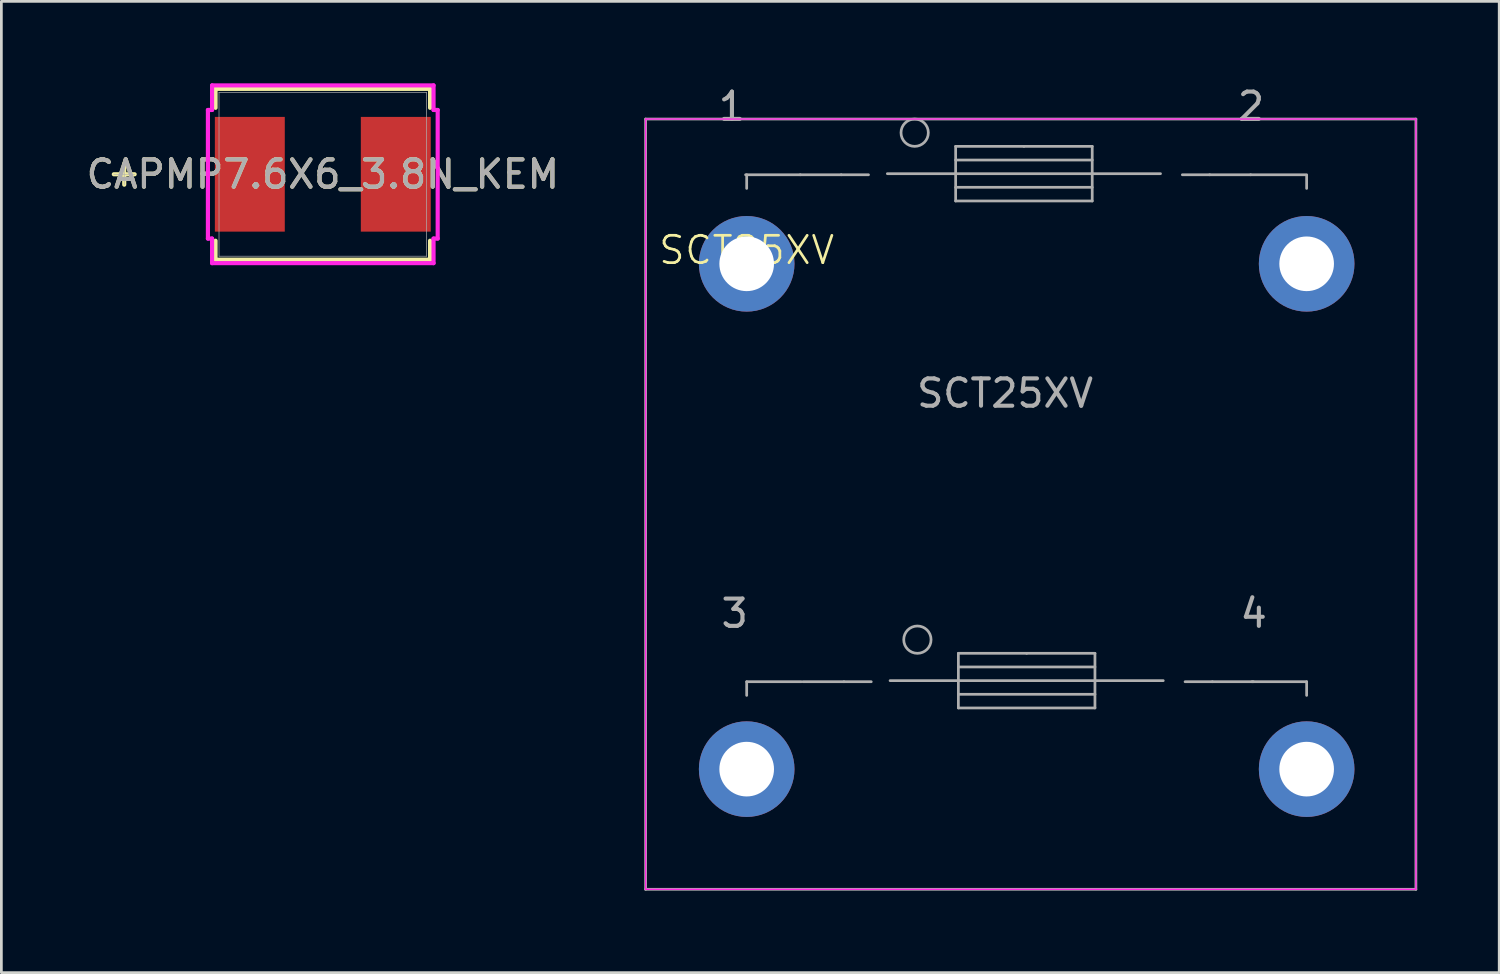
<source format=kicad_pcb>
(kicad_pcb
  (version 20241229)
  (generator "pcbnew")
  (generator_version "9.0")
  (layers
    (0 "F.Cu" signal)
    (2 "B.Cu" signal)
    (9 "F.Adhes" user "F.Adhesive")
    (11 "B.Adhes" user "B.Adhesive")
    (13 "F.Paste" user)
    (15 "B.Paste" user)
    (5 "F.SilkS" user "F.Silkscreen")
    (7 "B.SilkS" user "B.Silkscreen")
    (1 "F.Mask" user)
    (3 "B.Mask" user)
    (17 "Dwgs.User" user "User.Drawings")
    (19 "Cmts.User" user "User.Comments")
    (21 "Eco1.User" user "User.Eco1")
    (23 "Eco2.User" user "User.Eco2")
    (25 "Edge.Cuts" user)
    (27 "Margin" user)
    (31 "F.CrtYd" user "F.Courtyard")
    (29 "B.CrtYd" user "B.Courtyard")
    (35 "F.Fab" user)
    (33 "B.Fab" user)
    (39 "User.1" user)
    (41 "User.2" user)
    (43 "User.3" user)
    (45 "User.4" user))
  (footprint "SCT25XV"
    (layer "F.Cu")
    (at 24.286 6.608)
    (property "Reference" "SCT25XV" (at 0 -0.5 0) (unlocked yes) (layer "F.SilkS") (effects (font (size 1 1) (thickness 0.1))))
    (attr through_hole)
    (fp_line (start -3.7 -5.3) (end 24.5 -5.3) (stroke (width 0.05) (type solid)) (layer "F.CrtYd"))
    (fp_line (start -3.7 22.9) (end -3.7 -5.3) (stroke (width 0.05) (type solid)) (layer "F.CrtYd"))
    (fp_line (start -3.7 22.9) (end 24.5 22.9) (stroke (width 0.05) (type solid)) (layer "F.CrtYd"))
    (fp_line (start 24.5 22.9) (end 24.5 -5.3) (stroke (width 0.05) (type solid)) (layer "F.CrtYd"))
    (fp_line (start -3.7 22.9) (end -3.7 -5.3) (stroke (width 0.1) (type solid)) (layer "F.Fab"))
    (fp_line (start 0 -3.26) (end 0 -2.76) (stroke (width 0.1) (type solid)) (layer "F.Fab"))
    (fp_line (start 0 15.3) (end 0 15.8) (stroke (width 0.1) (type solid)) (layer "F.Fab"))
    (fp_line (start 1.96 -3.26) (end -0.04 -3.26) (stroke (width 0.1) (type solid)) (layer "F.Fab"))
    (fp_line (start 2 15.3) (end 0 15.3) (stroke (width 0.1) (type solid)) (layer "F.Fab"))
    (fp_line (start 3.46 -3.26) (end 1.96 -3.26) (stroke (width 0.1) (type solid)) (layer "F.Fab"))
    (fp_line (start 3.56 15.3) (end 2.06 15.3) (stroke (width 0.1) (type solid)) (layer "F.Fab"))
    (fp_line (start 4.46 -3.26) (end 3.46 -3.26) (stroke (width 0.1) (type solid)) (layer "F.Fab"))
    (fp_line (start 4.56 15.3) (end 3.56 15.3) (stroke (width 0.1) (type solid)) (layer "F.Fab"))
    (fp_line (start 7.65 -4.3) (end 10.15 -4.3) (stroke (width 0.1) (type solid)) (layer "F.Fab"))
    (fp_line (start 7.65 -3.3) (end 5.15 -3.3) (stroke (width 0.1) (type solid)) (layer "F.Fab"))
    (fp_line (start 7.65 -3.3) (end 12.65 -3.3) (stroke (width 0.1) (type solid)) (layer "F.Fab"))
    (fp_line (start 7.65 -2.8) (end 12.65 -2.8) (stroke (width 0.1) (type solid)) (layer "F.Fab"))
    (fp_line (start 7.65 -2.3) (end 7.65 -4.3) (stroke (width 0.1) (type solid)) (layer "F.Fab"))
    (fp_line (start 7.75 14.26) (end 10.25 14.26) (stroke (width 0.1) (type solid)) (layer "F.Fab"))
    (fp_line (start 7.75 15.26) (end 5.25 15.26) (stroke (width 0.1) (type solid)) (layer "F.Fab"))
    (fp_line (start 7.75 15.26) (end 12.75 15.26) (stroke (width 0.1) (type solid)) (layer "F.Fab"))
    (fp_line (start 7.75 15.76) (end 12.75 15.76) (stroke (width 0.1) (type solid)) (layer "F.Fab"))
    (fp_line (start 7.75 16.26) (end 7.75 14.26) (stroke (width 0.1) (type solid)) (layer "F.Fab"))
    (fp_line (start 10.15 -4.3) (end 12.65 -4.3) (stroke (width 0.1) (type solid)) (layer "F.Fab"))
    (fp_line (start 10.25 14.26) (end 12.75 14.26) (stroke (width 0.1) (type solid)) (layer "F.Fab"))
    (fp_line (start 12.65 -4.3) (end 12.65 -2.3) (stroke (width 0.1) (type solid)) (layer "F.Fab"))
    (fp_line (start 12.65 -3.8) (end 7.65 -3.8) (stroke (width 0.1) (type solid)) (layer "F.Fab"))
    (fp_line (start 12.65 -3.3) (end 15.15 -3.3) (stroke (width 0.1) (type solid)) (layer "F.Fab"))
    (fp_line (start 12.65 -2.3) (end 7.65 -2.3) (stroke (width 0.1) (type solid)) (layer "F.Fab"))
    (fp_line (start 12.75 14.26) (end 12.75 16.26) (stroke (width 0.1) (type solid)) (layer "F.Fab"))
    (fp_line (start 12.75 14.76) (end 7.75 14.76) (stroke (width 0.1) (type solid)) (layer "F.Fab"))
    (fp_line (start 12.75 15.26) (end 15.25 15.26) (stroke (width 0.1) (type solid)) (layer "F.Fab"))
    (fp_line (start 12.75 16.26) (end 7.75 16.26) (stroke (width 0.1) (type solid)) (layer "F.Fab"))
    (fp_line (start 15.95 -3.26) (end 16.95 -3.26) (stroke (width 0.1) (type solid)) (layer "F.Fab"))
    (fp_line (start 16.05 15.3) (end 17.05 15.3) (stroke (width 0.1) (type solid)) (layer "F.Fab"))
    (fp_line (start 16.95 -3.26) (end 18.45 -3.26) (stroke (width 0.1) (type solid)) (layer "F.Fab"))
    (fp_line (start 17.05 15.3) (end 18.55 15.3) (stroke (width 0.1) (type solid)) (layer "F.Fab"))
    (fp_line (start 18.45 -3.26) (end 20.45 -3.26) (stroke (width 0.1) (type solid)) (layer "F.Fab"))
    (fp_line (start 18.5 15.3) (end 20.5 15.3) (stroke (width 0.1) (type solid)) (layer "F.Fab"))
    (fp_line (start 20.5 -3.26) (end 20.5 -2.76) (stroke (width 0.1) (type solid)) (layer "F.Fab"))
    (fp_line (start 20.5 15.3) (end 20.5 15.8) (stroke (width 0.1) (type solid)) (layer "F.Fab"))
    (fp_line (start 24.5 -5.3) (end -3.7 -5.3) (stroke (width 0.1) (type solid)) (layer "F.Fab"))
    (fp_line (start 24.5 22.9) (end -3.7 22.9) (stroke (width 0.1) (type solid)) (layer "F.Fab"))
    (fp_line (start 24.5 22.9) (end 24.5 -5.3) (stroke (width 0.1) (type solid)) (layer "F.Fab"))
    (fp_circle (center 6.15 -4.8) (end 6.65 -4.8) (stroke (width 0.1) (type solid)) (fill no) (layer "F.Fab"))
    (fp_circle (center 6.25 13.76) (end 6.75 13.76) (stroke (width 0.1) (type solid)) (fill no) (layer "F.Fab"))
    (fp_text user "2" (at 18.46 -5.76 0) (layer "F.Fab") (effects (font (size 1 1) (thickness 0.15))))
    (fp_text user "3" (at -0.44 12.8 0) (layer "F.Fab") (effects (font (size 1 1) (thickness 0.15))))
    (fp_text user "${REFERENCE}" (at 9.46 4.74 0) (layer "F.Fab") (effects (font (size 1 1) (thickness 0.15))))
    (fp_text user "1" (at -0.54 -5.76 0) (layer "F.Fab") (effects (font (size 1 1) (thickness 0.15))))
    (fp_text user "4" (at 18.56 12.8 0) (layer "F.Fab") (effects (font (size 1 1) (thickness 0.15))))
    (pad "1" thru_hole circle (at 0 0) (size 3.5 3.5) (drill 2) (layers "*.Cu" "*.Mask"))
    (pad "2" thru_hole circle (at 20.5 0) (size 3.5 3.5) (drill 2) (layers "*.Cu" "*.Mask"))
    (pad "3" thru_hole circle (at 0 18.5) (size 3.5 3.5) (drill 2) (layers "*.Cu" "*.Mask"))
    (pad "4" thru_hole circle (at 20.5 18.5) (size 3.5 3.5) (drill 2) (layers "*.Cu" "*.Mask")))
  (footprint "CAPMP7.6X6_3.8N_KEM"
    (layer "F.Cu")
    (at 8.768 3.33)
    (property "Reference" "CAPMP7.6X6_3.8N_KEM" (at 0 0 0) (unlocked yes) (layer "F.SilkS") (effects (font (size 1 1) (thickness 0.15))))
    (attr smd)
    (fp_line (start -7.27 -0.381) (end -7.27 0.381) (stroke (width 0.152) (type solid)) (layer "F.SilkS"))
    (fp_line (start -6.889 0) (end -7.651 0) (stroke (width 0.152) (type solid)) (layer "F.SilkS"))
    (fp_line (start -3.927 -3.127) (end -3.927 -2.433) (stroke (width 0.152) (type solid)) (layer "F.SilkS"))
    (fp_line (start -3.927 2.433) (end -3.927 3.127) (stroke (width 0.152) (type solid)) (layer "F.SilkS"))
    (fp_line (start -3.927 3.127) (end 3.927 3.127) (stroke (width 0.152) (type solid)) (layer "F.SilkS"))
    (fp_line (start 3.927 -3.127) (end -3.927 -3.127) (stroke (width 0.152) (type solid)) (layer "F.SilkS"))
    (fp_line (start 3.927 -2.433) (end 3.927 -3.127) (stroke (width 0.152) (type solid)) (layer "F.SilkS"))
    (fp_line (start 3.927 3.127) (end 3.927 2.433) (stroke (width 0.152) (type solid)) (layer "F.SilkS"))
    (fp_line (start -4.206 -2.354) (end -4.054 -2.354) (stroke (width 0.152) (type solid)) (layer "F.CrtYd"))
    (fp_line (start -4.206 2.354) (end -4.206 -2.354) (stroke (width 0.152) (type solid)) (layer "F.CrtYd"))
    (fp_line (start -4.054 -3.254) (end 4.054 -3.254) (stroke (width 0.152) (type solid)) (layer "F.CrtYd"))
    (fp_line (start -4.054 -2.354) (end -4.054 -3.254) (stroke (width 0.152) (type solid)) (layer "F.CrtYd"))
    (fp_line (start -4.054 2.354) (end -4.206 2.354) (stroke (width 0.152) (type solid)) (layer "F.CrtYd"))
    (fp_line (start -4.054 3.254) (end -4.054 2.354) (stroke (width 0.152) (type solid)) (layer "F.CrtYd"))
    (fp_line (start 4.054 -3.254) (end 4.054 -2.354) (stroke (width 0.152) (type solid)) (layer "F.CrtYd"))
    (fp_line (start 4.054 -2.354) (end 4.206 -2.354) (stroke (width 0.152) (type solid)) (layer "F.CrtYd"))
    (fp_line (start 4.054 2.354) (end 4.054 3.254) (stroke (width 0.152) (type solid)) (layer "F.CrtYd"))
    (fp_line (start 4.054 3.254) (end -4.054 3.254) (stroke (width 0.152) (type solid)) (layer "F.CrtYd"))
    (fp_line (start 4.206 -2.354) (end 4.206 2.354) (stroke (width 0.152) (type solid)) (layer "F.CrtYd"))
    (fp_line (start 4.206 2.354) (end 4.054 2.354) (stroke (width 0.152) (type solid)) (layer "F.CrtYd"))
    (fp_line (start -7.27 -0.381) (end -7.27 0.381) (stroke (width 0.025) (type solid)) (layer "F.Fab"))
    (fp_line (start -6.889 0) (end -7.651 0) (stroke (width 0.025) (type solid)) (layer "F.Fab"))
    (fp_line (start -3.8 -3) (end -3.8 3) (stroke (width 0.025) (type solid)) (layer "F.Fab"))
    (fp_line (start -3.8 3) (end 3.8 3) (stroke (width 0.025) (type solid)) (layer "F.Fab"))
    (fp_line (start 3.8 -3) (end -3.8 -3) (stroke (width 0.025) (type solid)) (layer "F.Fab"))
    (fp_line (start 3.8 3) (end 3.8 -3) (stroke (width 0.025) (type solid)) (layer "F.Fab"))
    (fp_text user "${REFERENCE}" (at 0 0 0) (unlocked yes) (layer "F.Fab") (effects (font (size 1 1) (thickness 0.15))))
    (pad "1" smd rect (at -2.672 0 90) (size 4.2 2.56) (layers "F.Cu" "F.Mask" "F.Paste"))
    (pad "2" smd rect (at 2.672 0 90) (size 4.2 2.56) (layers "F.Cu" "F.Mask" "F.Paste"))
    (zone (net_name "") (layer "F.Cu") (hatch full 0.508) (connect_pads) (min_thickness 0.254) (filled_areas_thickness no) (keepout (tracks not_allowed) (vias not_allowed) (pads allowed) (copperpour not_allowed) (footprints allowed)) (placement (enabled no)) (fill) (polygon (pts (xy 5.019 0.381) (xy 12.517 0.381) (xy 12.517 1.179) (xy 5.019 1.179))))
    (zone (net_name "") (layer "F.Cu") (hatch full 0.508) (connect_pads) (min_thickness 0.254) (filled_areas_thickness no) (keepout (tracks not_allowed) (vias not_allowed) (pads allowed) (copperpour not_allowed) (footprints allowed)) (placement (enabled no)) (fill) (polygon (pts (xy 5.019 5.481) (xy 12.517 5.481) (xy 12.517 6.279) (xy 5.019 6.279))))
    (zone (net_name "") (layer "F.Cu") (hatch full 0.508) (connect_pads) (min_thickness 0.254) (filled_areas_thickness no) (keepout (tracks not_allowed) (vias not_allowed) (pads allowed) (copperpour not_allowed) (footprints allowed)) (placement (enabled no)) (fill) (polygon (pts (xy 7.127 1.179) (xy 10.409 1.179) (xy 10.409 5.481) (xy 7.127 5.481)))))
  (gr_rect
    (start -3 -3)
    (end 51.836 32.558)
    (stroke (width 0.1) (type default))
    (fill no)
    (layer "Edge.Cuts")))
</source>
